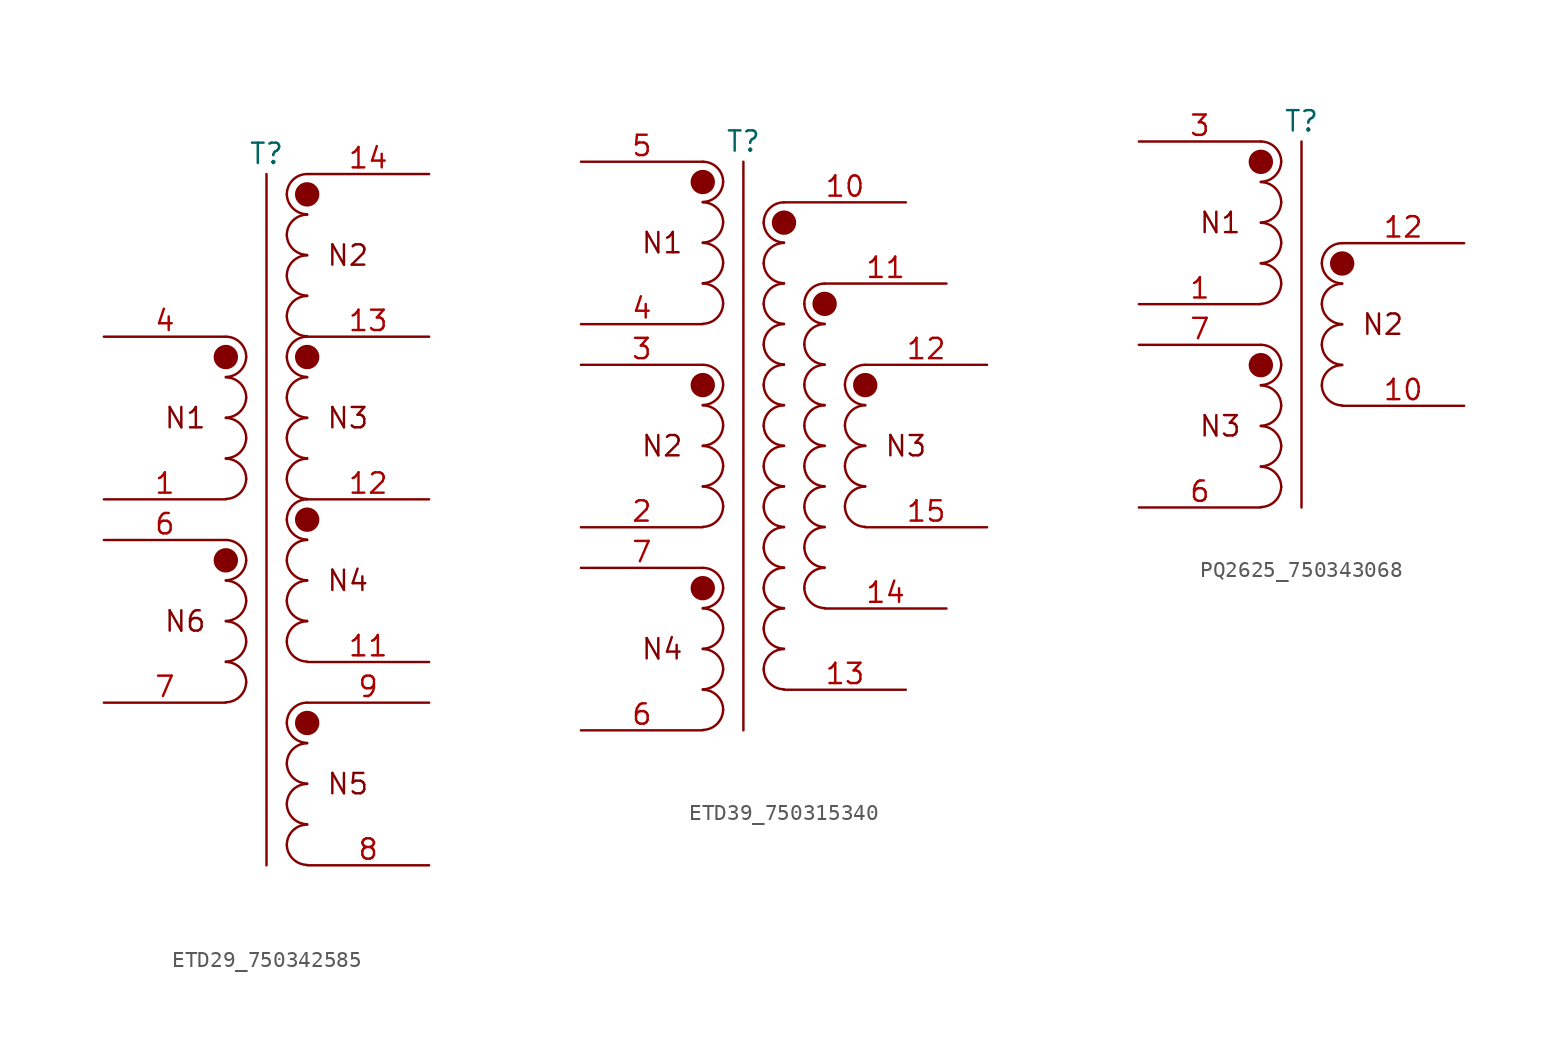
<source format=kicad_sym>
(kicad_symbol_lib
  (version 20220914)
  (generator kicad_symbol_editor)
  (symbol "ETD29_750342585"
    (pin_names hide)
    (property "Reference" "T"
      (at 0 22.86 0)
      (effects (font (size 1.27 1.27))))
    (property "Critical Parameter" ""
      (at 0 -5.08 0)
      (effects (font (size 1.27 1.27)) (justify left)))
    (symbol "ETD29_750342585_0_1"
      (arc (start -2.54 -11.4046) (mid -1.6561 -11.0363) (end -1.27 -10.16) (stroke (width 0) (type default)) (fill (type none)))
      (arc (start -2.54 -8.8646) (mid -1.6561 -8.4963) (end -1.27 -7.62) (stroke (width 0) (type default)) (fill (type none)))
      (arc (start -2.54 -6.3246) (mid -1.6561 -5.9563) (end -1.27 -5.08) (stroke (width 0) (type default)) (fill (type none)))
      (arc (start -2.54 -3.7846) (mid -1.6561 -3.4163) (end -1.27 -2.54) (stroke (width 0) (type default)) (fill (type none)))
      (arc (start -2.54 1.2954) (mid -1.6561 1.6637) (end -1.27 2.54) (stroke (width 0) (type default)) (fill (type none)))
      (arc (start -2.54 3.8354) (mid -1.6561 4.2037) (end -1.27 5.08) (stroke (width 0) (type default)) (fill (type none)))
      (arc (start -2.54 6.3754) (mid -1.6561 6.7437) (end -1.27 7.62) (stroke (width 0) (type default)) (fill (type none)))
      (arc (start -2.54 8.9154) (mid -1.6561 9.2837) (end -1.27 10.16) (stroke (width 0) (type default)) (fill (type none)))
      (arc (start -1.27 -10.16) (mid -1.642 -9.262) (end -2.54 -8.89) (stroke (width 0) (type default)) (fill (type none)))
      (arc (start -1.27 -7.62) (mid -1.642 -6.722) (end -2.54 -6.35) (stroke (width 0) (type default)) (fill (type none)))
      (arc (start -1.27 -5.08) (mid -1.642 -4.182) (end -2.54 -3.81) (stroke (width 0) (type default)) (fill (type none)))
      (arc (start -1.27 -2.54) (mid -1.642 -1.642) (end -2.54 -1.27) (stroke (width 0) (type default)) (fill (type none)))
      (arc (start -1.27 2.54) (mid -1.642 3.438) (end -2.54 3.81) (stroke (width 0) (type default)) (fill (type none)))
      (arc (start -1.27 5.08) (mid -1.642 5.978) (end -2.54 6.35) (stroke (width 0) (type default)) (fill (type none)))
      (arc (start -1.27 7.62) (mid -1.642 8.518) (end -2.54 8.89) (stroke (width 0) (type default)) (fill (type none)))
      (arc (start -1.27 10.16) (mid -1.642 11.058) (end -2.54 11.43) (stroke (width 0) (type default)) (fill (type none)))
      (polyline (pts (xy 0 -21.59) (xy 0 21.59)) (stroke (width 0) (type default)) (fill (type none)))
      (arc (start 1.27 -20.32) (mid 1.6561 -21.1963) (end 2.54 -21.5646) (stroke (width 0) (type default)) (fill (type none)))
      (arc (start 1.27 -17.78) (mid 1.6561 -18.6563) (end 2.54 -19.0246) (stroke (width 0) (type default)) (fill (type none)))
      (arc (start 1.27 -15.24) (mid 1.6561 -16.1163) (end 2.54 -16.4846) (stroke (width 0) (type default)) (fill (type none)))
      (arc (start 1.27 -12.7) (mid 1.6561 -13.5763) (end 2.54 -13.9446) (stroke (width 0) (type default)) (fill (type none)))
      (arc (start 1.27 -7.62) (mid 1.6561 -8.4963) (end 2.54 -8.8646) (stroke (width 0) (type default)) (fill (type none)))
      (arc (start 1.27 -5.08) (mid 1.6561 -5.9563) (end 2.54 -6.3246) (stroke (width 0) (type default)) (fill (type none)))
      (arc (start 1.27 -2.54) (mid 1.6561 -3.4163) (end 2.54 -3.7846) (stroke (width 0) (type default)) (fill (type none)))
      (arc (start 1.27 0) (mid 1.6561 -0.8763) (end 2.54 -1.2446) (stroke (width 0) (type default)) (fill (type none)))
      (arc (start 1.27 2.54) (mid 1.6561 1.6637) (end 2.54 1.2954) (stroke (width 0) (type default)) (fill (type none)))
      (arc (start 1.27 5.08) (mid 1.6561 4.2037) (end 2.54 3.8354) (stroke (width 0) (type default)) (fill (type none)))
      (arc (start 1.27 7.62) (mid 1.6561 6.7437) (end 2.54 6.3754) (stroke (width 0) (type default)) (fill (type none)))
      (arc (start 1.27 10.16) (mid 1.6561 9.2837) (end 2.54 8.9154) (stroke (width 0) (type default)) (fill (type none)))
      (arc (start 1.27 12.7) (mid 1.6561 11.8237) (end 2.54 11.4554) (stroke (width 0) (type default)) (fill (type none)))
      (arc (start 1.27 15.24) (mid 1.6561 14.3637) (end 2.54 13.9954) (stroke (width 0) (type default)) (fill (type none)))
      (arc (start 1.27 17.78) (mid 1.6561 16.9037) (end 2.54 16.5354) (stroke (width 0) (type default)) (fill (type none)))
      (arc (start 1.27 20.32) (mid 1.6561 19.4437) (end 2.54 19.0754) (stroke (width 0) (type default)) (fill (type none)))
      (arc (start 2.54 -19.05) (mid 1.642 -19.422) (end 1.27 -20.32) (stroke (width 0) (type default)) (fill (type none)))
      (arc (start 2.54 -16.51) (mid 1.642 -16.882) (end 1.27 -17.78) (stroke (width 0) (type default)) (fill (type none)))
      (arc (start 2.54 -13.97) (mid 1.642 -14.342) (end 1.27 -15.24) (stroke (width 0) (type default)) (fill (type none)))
      (arc (start 2.54 -11.43) (mid 1.642 -11.802) (end 1.27 -12.7) (stroke (width 0) (type default)) (fill (type none)))
      (arc (start 2.54 -6.35) (mid 1.642 -6.722) (end 1.27 -7.62) (stroke (width 0) (type default)) (fill (type none)))
      (arc (start 2.54 -3.81) (mid 1.642 -4.182) (end 1.27 -5.08) (stroke (width 0) (type default)) (fill (type none)))
      (arc (start 2.54 -1.27) (mid 1.642 -1.642) (end 1.27 -2.54) (stroke (width 0) (type default)) (fill (type none)))
      (arc (start 2.54 1.27) (mid 1.642 0.898) (end 1.27 0) (stroke (width 0) (type default)) (fill (type none)))
      (arc (start 2.54 3.81) (mid 1.642 3.438) (end 1.27 2.54) (stroke (width 0) (type default)) (fill (type none)))
      (arc (start 2.54 6.35) (mid 1.642 5.978) (end 1.27 5.08) (stroke (width 0) (type default)) (fill (type none)))
      (arc (start 2.54 8.89) (mid 1.642 8.518) (end 1.27 7.62) (stroke (width 0) (type default)) (fill (type none)))
      (arc (start 2.54 11.43) (mid 1.642 11.058) (end 1.27 10.16) (stroke (width 0) (type default)) (fill (type none)))
      (arc (start 2.54 13.97) (mid 1.642 13.598) (end 1.27 12.7) (stroke (width 0) (type default)) (fill (type none)))
      (arc (start 2.54 16.51) (mid 1.642 16.138) (end 1.27 15.24) (stroke (width 0) (type default)) (fill (type none)))
      (arc (start 2.54 19.05) (mid 1.642 18.678) (end 1.27 17.78) (stroke (width 0) (type default)) (fill (type none)))
      (arc (start 2.54 21.59) (mid 1.642 21.218) (end 1.27 20.32) (stroke (width 0) (type default)) (fill (type none))))
    (symbol "ETD29_750342585_1_1"
      (circle (center -2.54 -2.54) (radius 0.0001) (stroke (width 0.762) (type default)) (fill (type none)))
      (circle (center -2.54 10.16) (radius 0.0001) (stroke (width 0.762) (type default)) (fill (type none)))
      (circle (center 2.54 -12.7) (radius 0.0001) (stroke (width 0.762) (type default)) (fill (type none)))
      (circle (center 2.54 0) (radius 0.0001) (stroke (width 0.762) (type default)) (fill (type none)))
      (circle (center 2.54 10.16) (radius 0.0001) (stroke (width 0.762) (type default)) (fill (type none)))
      (circle (center 2.54 20.32) (radius 0.0001) (stroke (width 0.762) (type default)) (fill (type none)))
      (text "N1" (at -5.08 6.35 0) (effects (font (size 1.27 1.27))))
      (text "N2" (at 5.08 16.51 0) (effects (font (size 1.27 1.27))))
      (text "N3" (at 5.08 6.35 0) (effects (font (size 1.27 1.27))))
      (text "N4" (at 5.08 -3.81 0) (effects (font (size 1.27 1.27))))
      (text "N5" (at 5.08 -16.51 0) (effects (font (size 1.27 1.27))))
      (text "N6" (at -5.08 -6.35 0) (effects (font (size 1.27 1.27))))
      (pin passive line (at -10.16 1.27 0) (length 7.62) (name "1" (effects (font (size 1.27 1.27)))) (number "1" (effects (font (size 1.27 1.27)))))
      (pin passive line (at 10.16 -8.89 180) (length 7.62) (name "11" (effects (font (size 1.27 1.27)))) (number "11" (effects (font (size 1.27 1.27)))))
      (pin passive line (at 10.16 1.27 180) (length 7.62) (name "12" (effects (font (size 1.27 1.27)))) (number "12" (effects (font (size 1.27 1.27)))))
      (pin passive line (at 10.16 11.43 180) (length 7.62) (name "13" (effects (font (size 1.27 1.27)))) (number "13" (effects (font (size 1.27 1.27)))))
      (pin passive line (at 10.16 21.59 180) (length 7.62) (name "14" (effects (font (size 1.27 1.27)))) (number "14" (effects (font (size 1.27 1.27)))))
      (pin passive line (at -10.16 11.43 0) (length 7.62) (name "4" (effects (font (size 1.27 1.27)))) (number "4" (effects (font (size 1.27 1.27)))))
      (pin passive line (at -10.16 -1.27 0) (length 7.62) (name "6" (effects (font (size 1.27 1.27)))) (number "6" (effects (font (size 1.27 1.27)))))
      (pin passive line (at -10.16 -11.43 0) (length 7.62) (name "7" (effects (font (size 1.27 1.27)))) (number "7" (effects (font (size 1.27 1.27)))))
      (pin passive line (at 10.16 -21.59 180) (length 7.62) (name "8" (effects (font (size 1.27 1.27)))) (number "8" (effects (font (size 1.27 1.27)))))
      (pin passive line (at 10.16 -11.43 180) (length 7.62) (name "9" (effects (font (size 1.27 1.27)))) (number "9" (effects (font (size 1.27 1.27)))))))
  (symbol "ETD39_750315340"
    (pin_names hide)
    (property "Reference" "T"
      (at 0 19.05 0)
      (effects (font (size 1.27 1.27))))
    (property "Critical Parameter" ""
      (at 0 -5.08 0)
      (effects (font (size 1.27 1.27)) (justify left)))
    (symbol "ETD39_750315340_0_1"
      (arc (start -2.54 -17.7546) (mid -1.6561 -17.3863) (end -1.27 -16.51) (stroke (width 0) (type default)) (fill (type none)))
      (arc (start -2.54 -15.2146) (mid -1.6561 -14.8463) (end -1.27 -13.97) (stroke (width 0) (type default)) (fill (type none)))
      (arc (start -2.54 -12.6746) (mid -1.6561 -12.3063) (end -1.27 -11.43) (stroke (width 0) (type default)) (fill (type none)))
      (arc (start -2.54 -10.1346) (mid -1.6561 -9.7663) (end -1.27 -8.89) (stroke (width 0) (type default)) (fill (type none)))
      (arc (start -2.54 -5.0546) (mid -1.6561 -4.6863) (end -1.27 -3.81) (stroke (width 0) (type default)) (fill (type none)))
      (arc (start -2.54 -2.5146) (mid -1.6561 -2.1463) (end -1.27 -1.27) (stroke (width 0) (type default)) (fill (type none)))
      (arc (start -2.54 0.0254) (mid -1.6561 0.3937) (end -1.27 1.27) (stroke (width 0) (type default)) (fill (type none)))
      (arc (start -2.54 2.5654) (mid -1.6561 2.9337) (end -1.27 3.81) (stroke (width 0) (type default)) (fill (type none)))
      (arc (start -2.54 7.6454) (mid -1.6561 8.0137) (end -1.27 8.89) (stroke (width 0) (type default)) (fill (type none)))
      (arc (start -2.54 10.1854) (mid -1.6561 10.5537) (end -1.27 11.43) (stroke (width 0) (type default)) (fill (type none)))
      (arc (start -2.54 12.7254) (mid -1.6561 13.0937) (end -1.27 13.97) (stroke (width 0) (type default)) (fill (type none)))
      (arc (start -2.54 15.2654) (mid -1.6561 15.6337) (end -1.27 16.51) (stroke (width 0) (type default)) (fill (type none)))
      (arc (start -1.27 -16.51) (mid -1.642 -15.612) (end -2.54 -15.24) (stroke (width 0) (type default)) (fill (type none)))
      (arc (start -1.27 -13.97) (mid -1.642 -13.072) (end -2.54 -12.7) (stroke (width 0) (type default)) (fill (type none)))
      (arc (start -1.27 -11.43) (mid -1.642 -10.532) (end -2.54 -10.16) (stroke (width 0) (type default)) (fill (type none)))
      (arc (start -1.27 -8.89) (mid -1.642 -7.992) (end -2.54 -7.62) (stroke (width 0) (type default)) (fill (type none)))
      (arc (start -1.27 -3.81) (mid -1.642 -2.912) (end -2.54 -2.54) (stroke (width 0) (type default)) (fill (type none)))
      (arc (start -1.27 -1.27) (mid -1.642 -0.372) (end -2.54 0) (stroke (width 0) (type default)) (fill (type none)))
      (arc (start -1.27 1.27) (mid -1.642 2.168) (end -2.54 2.54) (stroke (width 0) (type default)) (fill (type none)))
      (arc (start -1.27 3.81) (mid -1.642 4.708) (end -2.54 5.08) (stroke (width 0) (type default)) (fill (type none)))
      (arc (start -1.27 8.89) (mid -1.642 9.788) (end -2.54 10.16) (stroke (width 0) (type default)) (fill (type none)))
      (arc (start -1.27 11.43) (mid -1.642 12.328) (end -2.54 12.7) (stroke (width 0) (type default)) (fill (type none)))
      (arc (start -1.27 13.97) (mid -1.642 14.868) (end -2.54 15.24) (stroke (width 0) (type default)) (fill (type none)))
      (arc (start -1.27 16.51) (mid -1.642 17.408) (end -2.54 17.78) (stroke (width 0) (type default)) (fill (type none)))
      (polyline (pts (xy 0 -17.78) (xy 0 17.78)) (stroke (width 0) (type default)) (fill (type none)))
      (arc (start 1.27 -13.97) (mid 1.656 -14.8464) (end 2.54 -15.2146) (stroke (width 0) (type default)) (fill (type none)))
      (arc (start 1.27 -11.43) (mid 1.656 -12.3064) (end 2.54 -12.6746) (stroke (width 0) (type default)) (fill (type none)))
      (arc (start 1.27 -8.89) (mid 1.656 -9.7664) (end 2.54 -10.1346) (stroke (width 0) (type default)) (fill (type none)))
      (arc (start 1.27 -6.35) (mid 1.656 -7.2264) (end 2.54 -7.5946) (stroke (width 0) (type default)) (fill (type none)))
      (arc (start 1.27 -3.81) (mid 1.656 -4.6864) (end 2.54 -5.0546) (stroke (width 0) (type default)) (fill (type none)))
      (arc (start 1.27 -1.27) (mid 1.656 -2.1464) (end 2.54 -2.5146) (stroke (width 0) (type default)) (fill (type none)))
      (arc (start 1.27 1.27) (mid 1.656 0.3936) (end 2.54 0.0254) (stroke (width 0) (type default)) (fill (type none)))
      (arc (start 1.27 3.81) (mid 1.656 2.9336) (end 2.54 2.5654) (stroke (width 0) (type default)) (fill (type none)))
      (arc (start 1.27 6.35) (mid 1.656 5.4736) (end 2.54 5.1054) (stroke (width 0) (type default)) (fill (type none)))
      (arc (start 1.27 8.89) (mid 1.656 8.0136) (end 2.54 7.6454) (stroke (width 0) (type default)) (fill (type none)))
      (arc (start 1.27 11.43) (mid 1.656 10.5536) (end 2.54 10.1854) (stroke (width 0) (type default)) (fill (type none)))
      (arc (start 1.27 13.97) (mid 1.656 13.0936) (end 2.54 12.7254) (stroke (width 0) (type default)) (fill (type none)))
      (arc (start 2.54 -12.7) (mid 1.642 -13.072) (end 1.27 -13.97) (stroke (width 0) (type default)) (fill (type none)))
      (arc (start 2.54 -10.16) (mid 1.642 -10.532) (end 1.27 -11.43) (stroke (width 0) (type default)) (fill (type none)))
      (arc (start 2.54 -7.62) (mid 1.642 -7.992) (end 1.27 -8.89) (stroke (width 0) (type default)) (fill (type none)))
      (arc (start 2.54 -5.08) (mid 1.642 -5.452) (end 1.27 -6.35) (stroke (width 0) (type default)) (fill (type none)))
      (arc (start 2.54 -2.54) (mid 1.642 -2.912) (end 1.27 -3.81) (stroke (width 0) (type default)) (fill (type none)))
      (arc (start 2.54 0) (mid 1.642 -0.372) (end 1.27 -1.27) (stroke (width 0) (type default)) (fill (type none)))
      (arc (start 2.54 2.54) (mid 1.642 2.168) (end 1.27 1.27) (stroke (width 0) (type default)) (fill (type none)))
      (arc (start 2.54 5.08) (mid 1.642 4.708) (end 1.27 3.81) (stroke (width 0) (type default)) (fill (type none)))
      (arc (start 2.54 7.62) (mid 1.642 7.248) (end 1.27 6.35) (stroke (width 0) (type default)) (fill (type none)))
      (arc (start 2.54 10.16) (mid 1.642 9.788) (end 1.27 8.89) (stroke (width 0) (type default)) (fill (type none)))
      (arc (start 2.54 12.7) (mid 1.642 12.328) (end 1.27 11.43) (stroke (width 0) (type default)) (fill (type none)))
      (arc (start 2.54 15.24) (mid 1.642 14.868) (end 1.27 13.97) (stroke (width 0) (type default)) (fill (type none)))
      (arc (start 3.81 -8.89) (mid 4.196 -9.7664) (end 5.08 -10.1346) (stroke (width 0) (type default)) (fill (type none)))
      (arc (start 3.81 -6.35) (mid 4.196 -7.2264) (end 5.08 -7.5946) (stroke (width 0) (type default)) (fill (type none)))
      (arc (start 3.81 -3.81) (mid 4.196 -4.6864) (end 5.08 -5.0546) (stroke (width 0) (type default)) (fill (type none)))
      (arc (start 3.81 -1.27) (mid 4.196 -2.1464) (end 5.08 -2.5146) (stroke (width 0) (type default)) (fill (type none)))
      (arc (start 3.81 1.27) (mid 4.196 0.3936) (end 5.08 0.0254) (stroke (width 0) (type default)) (fill (type none)))
      (arc (start 3.81 3.81) (mid 4.196 2.9336) (end 5.08 2.5654) (stroke (width 0) (type default)) (fill (type none)))
      (arc (start 3.81 6.35) (mid 4.196 5.4736) (end 5.08 5.1054) (stroke (width 0) (type default)) (fill (type none)))
      (arc (start 3.81 8.89) (mid 4.196 8.0136) (end 5.08 7.6454) (stroke (width 0) (type default)) (fill (type none)))
      (arc (start 5.08 -7.62) (mid 4.182 -7.992) (end 3.81 -8.89) (stroke (width 0) (type default)) (fill (type none)))
      (arc (start 5.08 -5.08) (mid 4.182 -5.452) (end 3.81 -6.35) (stroke (width 0) (type default)) (fill (type none)))
      (arc (start 5.08 -2.54) (mid 4.182 -2.912) (end 3.81 -3.81) (stroke (width 0) (type default)) (fill (type none)))
      (arc (start 5.08 0) (mid 4.182 -0.372) (end 3.81 -1.27) (stroke (width 0) (type default)) (fill (type none)))
      (arc (start 5.08 2.54) (mid 4.182 2.168) (end 3.81 1.27) (stroke (width 0) (type default)) (fill (type none)))
      (arc (start 5.08 5.08) (mid 4.182 4.708) (end 3.81 3.81) (stroke (width 0) (type default)) (fill (type none)))
      (arc (start 5.08 7.62) (mid 4.182 7.248) (end 3.81 6.35) (stroke (width 0) (type default)) (fill (type none)))
      (arc (start 5.08 10.16) (mid 4.182 9.788) (end 3.81 8.89) (stroke (width 0) (type default)) (fill (type none)))
      (arc (start 6.35 -3.81) (mid 6.7361 -4.6863) (end 7.62 -5.0546) (stroke (width 0) (type default)) (fill (type none)))
      (arc (start 6.35 -1.27) (mid 6.7361 -2.1463) (end 7.62 -2.5146) (stroke (width 0) (type default)) (fill (type none)))
      (arc (start 6.35 1.27) (mid 6.7361 0.3937) (end 7.62 0.0254) (stroke (width 0) (type default)) (fill (type none)))
      (arc (start 6.35 3.81) (mid 6.7361 2.9337) (end 7.62 2.5654) (stroke (width 0) (type default)) (fill (type none)))
      (arc (start 7.62 -2.54) (mid 6.722 -2.912) (end 6.35 -3.81) (stroke (width 0) (type default)) (fill (type none)))
      (arc (start 7.62 0) (mid 6.722 -0.372) (end 6.35 -1.27) (stroke (width 0) (type default)) (fill (type none)))
      (arc (start 7.62 2.54) (mid 6.722 2.168) (end 6.35 1.27) (stroke (width 0) (type default)) (fill (type none)))
      (arc (start 7.62 5.08) (mid 6.722 4.708) (end 6.35 3.81) (stroke (width 0) (type default)) (fill (type none))))
    (symbol "ETD39_750315340_1_1"
      (circle (center -2.54 -8.89) (radius 0.0001) (stroke (width 0.762) (type default)) (fill (type none)))
      (circle (center -2.54 3.81) (radius 0.0001) (stroke (width 0.762) (type default)) (fill (type none)))
      (circle (center -2.54 16.51) (radius 0.0001) (stroke (width 0.762) (type default)) (fill (type none)))
      (circle (center 2.54 13.97) (radius 0.0001) (stroke (width 0.762) (type default)) (fill (type none)))
      (circle (center 5.08 8.89) (radius 0.0001) (stroke (width 0.762) (type default)) (fill (type none)))
      (circle (center 7.62 3.81) (radius 0.0001) (stroke (width 0.762) (type default)) (fill (type none)))
      (text "N1" (at -5.08 12.7 0) (effects (font (size 1.27 1.27))))
      (text "N2" (at -5.08 0 0) (effects (font (size 1.27 1.27))))
      (text "N3" (at 10.16 0 0) (effects (font (size 1.27 1.27))))
      (text "N4" (at -5.08 -12.7 0) (effects (font (size 1.27 1.27))))
      (pin passive line (at 10.16 15.24 180) (length 7.62) (name "10" (effects (font (size 1.27 1.27)))) (number "10" (effects (font (size 1.27 1.27)))))
      (pin passive line (at 12.7 10.16 180) (length 7.62) (name "11" (effects (font (size 1.27 1.27)))) (number "11" (effects (font (size 1.27 1.27)))))
      (pin passive line (at 15.24 5.08 180) (length 7.62) (name "12" (effects (font (size 1.27 1.27)))) (number "12" (effects (font (size 1.27 1.27)))))
      (pin passive line (at 10.16 -15.24 180) (length 7.62) (name "13" (effects (font (size 1.27 1.27)))) (number "13" (effects (font (size 1.27 1.27)))))
      (pin passive line (at 12.7 -10.16 180) (length 7.62) (name "14" (effects (font (size 1.27 1.27)))) (number "14" (effects (font (size 1.27 1.27)))))
      (pin passive line (at 15.24 -5.08 180) (length 7.62) (name "15" (effects (font (size 1.27 1.27)))) (number "15" (effects (font (size 1.27 1.27)))))
      (pin passive line (at -10.16 -5.08 0) (length 7.62) (name "2" (effects (font (size 1.27 1.27)))) (number "2" (effects (font (size 1.27 1.27)))))
      (pin passive line (at -10.16 5.08 0) (length 7.62) (name "3" (effects (font (size 1.27 1.27)))) (number "3" (effects (font (size 1.27 1.27)))))
      (pin passive line (at -10.16 7.62 0) (length 7.62) (name "4" (effects (font (size 1.27 1.27)))) (number "4" (effects (font (size 1.27 1.27)))))
      (pin passive line (at -10.16 17.78 0) (length 7.62) (name "5" (effects (font (size 1.27 1.27)))) (number "5" (effects (font (size 1.27 1.27)))))
      (pin passive line (at -10.16 -17.78 0) (length 7.62) (name "6" (effects (font (size 1.27 1.27)))) (number "6" (effects (font (size 1.27 1.27)))))
      (pin passive line (at -10.16 -7.62 0) (length 7.62) (name "7" (effects (font (size 1.27 1.27)))) (number "7" (effects (font (size 1.27 1.27)))))))
  (symbol "PQ2625_750343068"
    (pin_names hide)
    (property "Reference" "T"
      (at 0 12.7 0)
      (effects (font (size 1.27 1.27))))
    (property "Critical Parameter" ""
      (at 0 -5.08 0)
      (effects (font (size 1.27 1.27)) (justify left)))
    (symbol "PQ2625_750343068_0_1"
      (arc (start -2.54 -11.4046) (mid -1.6561 -11.0363) (end -1.27 -10.16) (stroke (width 0) (type default)) (fill (type none)))
      (arc (start -2.54 -8.8646) (mid -1.6561 -8.4963) (end -1.27 -7.62) (stroke (width 0) (type default)) (fill (type none)))
      (arc (start -2.54 -6.3246) (mid -1.6561 -5.9563) (end -1.27 -5.08) (stroke (width 0) (type default)) (fill (type none)))
      (arc (start -2.54 -3.7846) (mid -1.6561 -3.4163) (end -1.27 -2.54) (stroke (width 0) (type default)) (fill (type none)))
      (arc (start -2.54 1.2954) (mid -1.6561 1.6637) (end -1.27 2.54) (stroke (width 0) (type default)) (fill (type none)))
      (arc (start -2.54 3.8354) (mid -1.6561 4.2037) (end -1.27 5.08) (stroke (width 0) (type default)) (fill (type none)))
      (arc (start -2.54 6.3754) (mid -1.6561 6.7437) (end -1.27 7.62) (stroke (width 0) (type default)) (fill (type none)))
      (arc (start -2.54 8.9154) (mid -1.6561 9.2837) (end -1.27 10.16) (stroke (width 0) (type default)) (fill (type none)))
      (arc (start -1.27 -10.16) (mid -1.642 -9.262) (end -2.54 -8.89) (stroke (width 0) (type default)) (fill (type none)))
      (arc (start -1.27 -7.62) (mid -1.642 -6.722) (end -2.54 -6.35) (stroke (width 0) (type default)) (fill (type none)))
      (arc (start -1.27 -5.08) (mid -1.642 -4.182) (end -2.54 -3.81) (stroke (width 0) (type default)) (fill (type none)))
      (arc (start -1.27 -2.54) (mid -1.642 -1.642) (end -2.54 -1.27) (stroke (width 0) (type default)) (fill (type none)))
      (arc (start -1.27 2.54) (mid -1.642 3.438) (end -2.54 3.81) (stroke (width 0) (type default)) (fill (type none)))
      (arc (start -1.27 5.08) (mid -1.642 5.978) (end -2.54 6.35) (stroke (width 0) (type default)) (fill (type none)))
      (arc (start -1.27 7.62) (mid -1.642 8.518) (end -2.54 8.89) (stroke (width 0) (type default)) (fill (type none)))
      (arc (start -1.27 10.16) (mid -1.642 11.058) (end -2.54 11.43) (stroke (width 0) (type default)) (fill (type none)))
      (polyline (pts (xy 0 -11.43) (xy 0 11.43)) (stroke (width 0) (type default)) (fill (type none)))
      (arc (start 1.27 -3.81) (mid 1.6561 -4.6863) (end 2.54 -5.0546) (stroke (width 0) (type default)) (fill (type none)))
      (arc (start 1.27 -1.27) (mid 1.6561 -2.1463) (end 2.54 -2.5146) (stroke (width 0) (type default)) (fill (type none)))
      (arc (start 1.27 1.27) (mid 1.6561 0.3937) (end 2.54 0.0254) (stroke (width 0) (type default)) (fill (type none)))
      (arc (start 1.27 3.81) (mid 1.6561 2.9337) (end 2.54 2.5654) (stroke (width 0) (type default)) (fill (type none)))
      (arc (start 2.54 -2.54) (mid 1.642 -2.912) (end 1.27 -3.81) (stroke (width 0) (type default)) (fill (type none)))
      (arc (start 2.54 0) (mid 1.642 -0.372) (end 1.27 -1.27) (stroke (width 0) (type default)) (fill (type none)))
      (arc (start 2.54 2.54) (mid 1.642 2.168) (end 1.27 1.27) (stroke (width 0) (type default)) (fill (type none)))
      (arc (start 2.54 5.08) (mid 1.642 4.708) (end 1.27 3.81) (stroke (width 0) (type default)) (fill (type none))))
    (symbol "PQ2625_750343068_1_1"
      (circle (center -2.54 -2.54) (radius 0.0001) (stroke (width 0.762) (type default)) (fill (type none)))
      (circle (center -2.54 10.16) (radius 0.0001) (stroke (width 0.762) (type default)) (fill (type none)))
      (circle (center 2.54 3.81) (radius 0.0001) (stroke (width 0.762) (type default)) (fill (type none)))
      (text "N1" (at -5.08 6.35 0) (effects (font (size 1.27 1.27))))
      (text "N2" (at 5.08 0 0) (effects (font (size 1.27 1.27))))
      (text "N3" (at -5.08 -6.35 0) (effects (font (size 1.27 1.27))))
      (pin passive line (at -10.16 1.27 0) (length 7.62) (name "1" (effects (font (size 1.27 1.27)))) (number "1" (effects (font (size 1.27 1.27)))))
      (pin passive line (at 10.16 -5.08 180) (length 7.62) (name "10" (effects (font (size 1.27 1.27)))) (number "10" (effects (font (size 1.27 1.27)))))
      (pin passive line (at 10.16 5.08 180) (length 7.62) (name "12" (effects (font (size 1.27 1.27)))) (number "12" (effects (font (size 1.27 1.27)))))
      (pin passive line (at -10.16 11.43 0) (length 7.62) (name "3" (effects (font (size 1.27 1.27)))) (number "3" (effects (font (size 1.27 1.27)))))
      (pin passive line (at -10.16 -11.43 0) (length 7.62) (name "6" (effects (font (size 1.27 1.27)))) (number "6" (effects (font (size 1.27 1.27)))))
      (pin passive line (at -10.16 -1.27 0) (length 7.62) (name "7" (effects (font (size 1.27 1.27)))) (number "7" (effects (font (size 1.27 1.27))))))))
</source>
